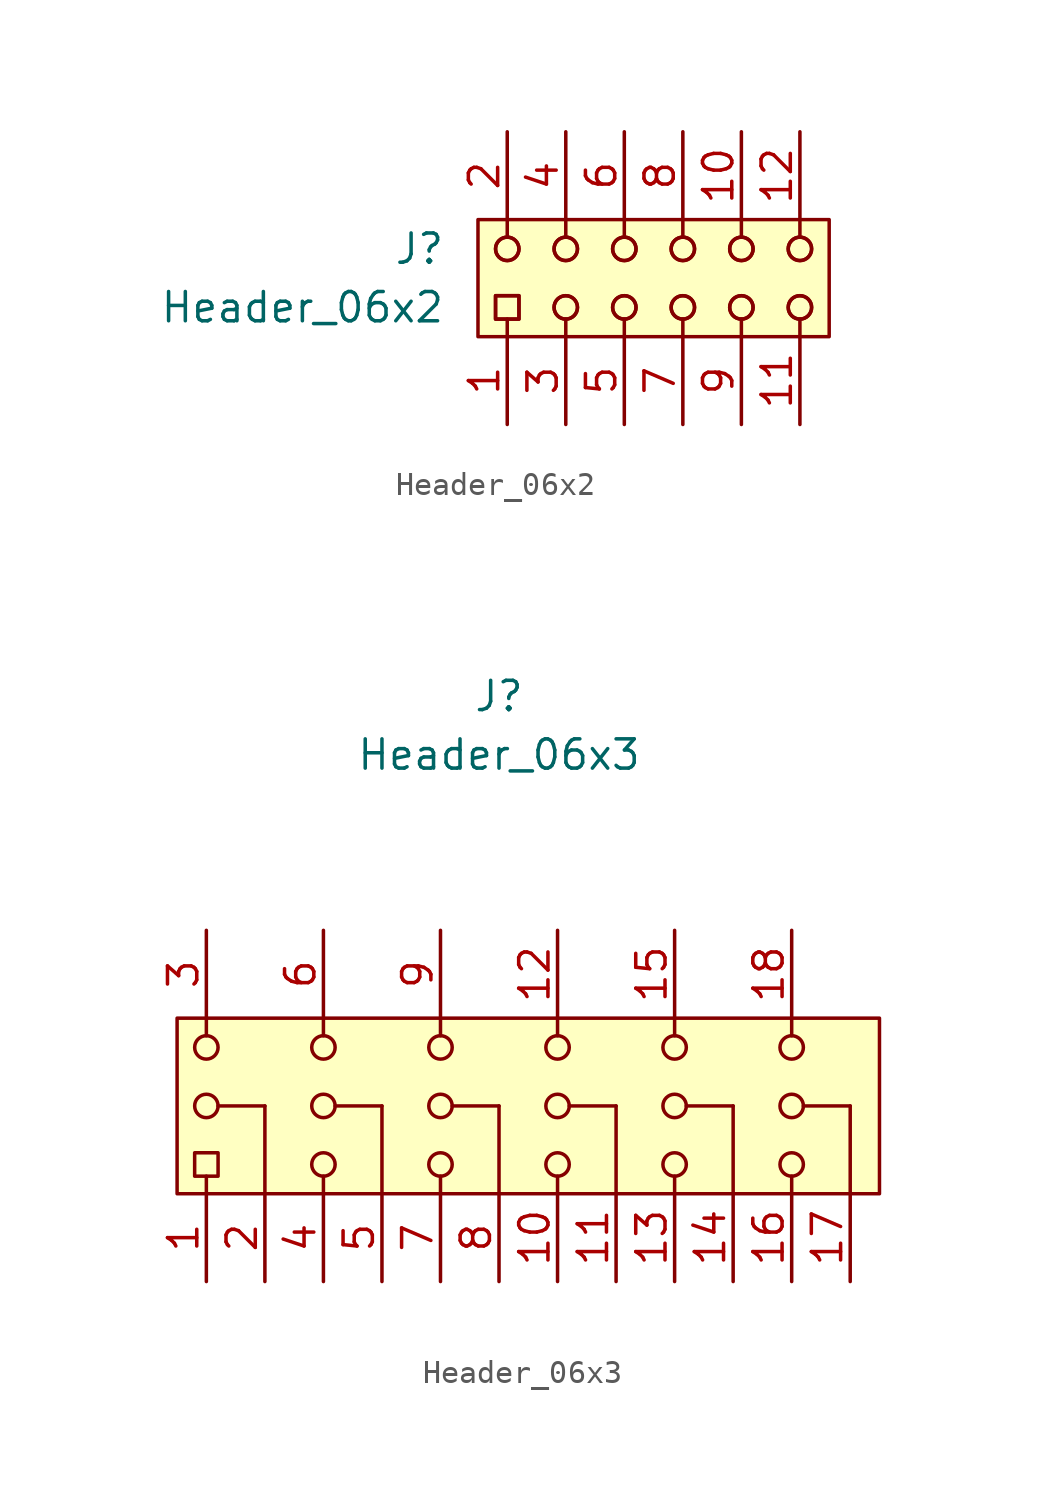
<source format=kicad_sym>
(kicad_symbol_lib
  (version 20220914)
  (generator kicad_symbol_editor)
  (symbol "Header_06x2"
    (pin_names hide)
    (property "Reference" "J"
      (at -8.89 2.54 0)
      (effects (font (size 1.27 1.27))))
    (property "Value" "Header_06x2"
      (at -13.97 0 0)
      (effects (font (size 1.27 1.27))))
    (symbol "Header_06x2_0_0"
      (pin passive line (at -5.08 -5.08 90) (length 3.81) (name "~" (effects (font (size 1.27 1.27)))) (number "1" (effects (font (size 1.27 1.27)))))
      (pin passive line (at 5.08 7.62 270) (length 3.81) (name "~" (effects (font (size 1.27 1.27)))) (number "10" (effects (font (size 1.27 1.27)))))
      (pin passive line (at 7.62 -5.08 90) (length 3.81) (name "~" (effects (font (size 1.27 1.27)))) (number "11" (effects (font (size 1.27 1.27)))))
      (pin passive line (at 7.62 7.62 270) (length 3.81) (name "~" (effects (font (size 1.27 1.27)))) (number "12" (effects (font (size 1.27 1.27)))))
      (pin passive line (at -5.08 7.62 270) (length 3.81) (name "~" (effects (font (size 1.27 1.27)))) (number "2" (effects (font (size 1.27 1.27)))))
      (pin passive line (at -2.54 -5.08 90) (length 3.81) (name "~" (effects (font (size 1.27 1.27)))) (number "3" (effects (font (size 1.27 1.27)))))
      (pin passive line (at -2.54 7.62 270) (length 3.81) (name "~" (effects (font (size 1.27 1.27)))) (number "4" (effects (font (size 1.27 1.27)))))
      (pin passive line (at 0 -5.08 90) (length 3.81) (name "~" (effects (font (size 1.27 1.27)))) (number "5" (effects (font (size 1.27 1.27)))))
      (pin passive line (at 0 7.62 270) (length 3.81) (name "~" (effects (font (size 1.27 1.27)))) (number "6" (effects (font (size 1.27 1.27)))))
      (pin passive line (at 2.54 -5.08 90) (length 3.81) (name "~" (effects (font (size 1.27 1.27)))) (number "7" (effects (font (size 1.27 1.27)))))
      (pin passive line (at 2.54 7.62 270) (length 3.81) (name "~" (effects (font (size 1.27 1.27)))) (number "8" (effects (font (size 1.27 1.27)))))
      (pin passive line (at 5.08 -5.08 90) (length 3.81) (name "~" (effects (font (size 1.27 1.27)))) (number "9" (effects (font (size 1.27 1.27))))))
    (symbol "Header_06x2_0_1"
      (rectangle (start -6.35 3.81) (end 8.89 -1.27) (stroke (width 0.152) (type default)) (fill (type background)))
      (rectangle (start -5.588 0.508) (end -4.572 -0.508) (stroke (width 0) (type default)) (fill (type none)))
      (rectangle (start -5.588 0.508) (end -4.572 -0.508) (stroke (width 0) (type default)) (fill (type none)))
      (circle (center -5.08 2.54) (radius 0.508) (stroke (width 0) (type default)) (fill (type none)))
      (circle (center -5.08 2.54) (radius 0.508) (stroke (width 0) (type default)) (fill (type none)))
      (circle (center -2.54 0) (radius 0.508) (stroke (width 0) (type default)) (fill (type none)))
      (circle (center -2.54 0) (radius 0.508) (stroke (width 0) (type default)) (fill (type none)))
      (circle (center -2.54 2.54) (radius 0.508) (stroke (width 0) (type default)) (fill (type none)))
      (circle (center -2.54 2.54) (radius 0.508) (stroke (width 0) (type default)) (fill (type none)))
      (polyline (pts (xy -5.08 -0.508) (xy -5.08 -1.27)) (stroke (width 0) (type default)) (fill (type none)))
      (polyline (pts (xy -5.08 3.048) (xy -5.08 3.81)) (stroke (width 0) (type default)) (fill (type none)))
      (polyline (pts (xy -2.54 -0.508) (xy -2.54 -1.27)) (stroke (width 0) (type default)) (fill (type none)))
      (polyline (pts (xy -2.54 3.048) (xy -2.54 3.81)) (stroke (width 0) (type default)) (fill (type none)))
      (polyline (pts (xy 0 -0.508) (xy 0 -1.27)) (stroke (width 0) (type default)) (fill (type none)))
      (polyline (pts (xy 0 3.048) (xy 0 3.81)) (stroke (width 0) (type default)) (fill (type none)))
      (polyline (pts (xy 2.54 -0.508) (xy 2.54 -1.27)) (stroke (width 0) (type default)) (fill (type none)))
      (polyline (pts (xy 2.54 3.048) (xy 2.54 3.81)) (stroke (width 0) (type default)) (fill (type none)))
      (polyline (pts (xy 5.08 -0.508) (xy 5.08 -1.27)) (stroke (width 0) (type default)) (fill (type none)))
      (polyline (pts (xy 5.08 3.048) (xy 5.08 3.81)) (stroke (width 0) (type default)) (fill (type none)))
      (polyline (pts (xy 7.62 -0.508) (xy 7.62 -1.27)) (stroke (width 0) (type default)) (fill (type none)))
      (polyline (pts (xy 7.62 3.048) (xy 7.62 3.81)) (stroke (width 0) (type default)) (fill (type none)))
      (circle (center 0 0) (radius 0.508) (stroke (width 0) (type default)) (fill (type none)))
      (circle (center 0 0) (radius 0.508) (stroke (width 0) (type default)) (fill (type none)))
      (circle (center 0 2.54) (radius 0.508) (stroke (width 0) (type default)) (fill (type none)))
      (circle (center 0 2.54) (radius 0.508) (stroke (width 0) (type default)) (fill (type none)))
      (circle (center 2.54 0) (radius 0.508) (stroke (width 0) (type default)) (fill (type none)))
      (circle (center 2.54 0) (radius 0.508) (stroke (width 0) (type default)) (fill (type none)))
      (circle (center 2.54 2.54) (radius 0.508) (stroke (width 0) (type default)) (fill (type none)))
      (circle (center 2.54 2.54) (radius 0.508) (stroke (width 0) (type default)) (fill (type none)))
      (circle (center 5.08 0) (radius 0.508) (stroke (width 0) (type default)) (fill (type none)))
      (circle (center 5.08 0) (radius 0.508) (stroke (width 0) (type default)) (fill (type none)))
      (circle (center 5.08 2.54) (radius 0.508) (stroke (width 0) (type default)) (fill (type none)))
      (circle (center 5.08 2.54) (radius 0.508) (stroke (width 0) (type default)) (fill (type none)))
      (circle (center 7.62 0) (radius 0.508) (stroke (width 0) (type default)) (fill (type none)))
      (circle (center 7.62 0) (radius 0.508) (stroke (width 0) (type default)) (fill (type none)))
      (circle (center 7.62 2.54) (radius 0.508) (stroke (width 0) (type default)) (fill (type none)))
      (circle (center 7.62 2.54) (radius 0.508) (stroke (width 0) (type default)) (fill (type none)))))
  (symbol "Header_06x3"
    (pin_names hide)
    (property "Reference" "J"
      (at 0 17.78 0)
      (effects (font (size 1.27 1.27))))
    (property "Value" "Header_06x3"
      (at 0 15.24 0)
      (effects (font (size 1.27 1.27))))
    (symbol "Header_06x3_0_0"
      (pin passive line (at -12.7 -7.62 90) (length 3.81) (name "~" (effects (font (size 1.27 1.27)))) (number "1" (effects (font (size 1.27 1.27)))))
      (pin passive line (at 2.54 -7.62 90) (length 3.81) (name "~" (effects (font (size 1.27 1.27)))) (number "10" (effects (font (size 1.27 1.27)))))
      (pin passive line (at 5.08 -7.62 90) (length 3.81) (name "~" (effects (font (size 1.27 1.27)))) (number "11" (effects (font (size 1.27 1.27)))))
      (pin passive line (at 2.54 7.62 270) (length 3.81) (name "~" (effects (font (size 1.27 1.27)))) (number "12" (effects (font (size 1.27 1.27)))))
      (pin passive line (at 7.62 -7.62 90) (length 3.81) (name "~" (effects (font (size 1.27 1.27)))) (number "13" (effects (font (size 1.27 1.27)))))
      (pin passive line (at 10.16 -7.62 90) (length 3.81) (name "~" (effects (font (size 1.27 1.27)))) (number "14" (effects (font (size 1.27 1.27)))))
      (pin passive line (at 7.62 7.62 270) (length 3.81) (name "~" (effects (font (size 1.27 1.27)))) (number "15" (effects (font (size 1.27 1.27)))))
      (pin passive line (at 12.7 -7.62 90) (length 3.81) (name "~" (effects (font (size 1.27 1.27)))) (number "16" (effects (font (size 1.27 1.27)))))
      (pin passive line (at 15.24 -7.62 90) (length 3.81) (name "~" (effects (font (size 1.27 1.27)))) (number "17" (effects (font (size 1.27 1.27)))))
      (pin passive line (at 12.7 7.62 270) (length 3.81) (name "~" (effects (font (size 1.27 1.27)))) (number "18" (effects (font (size 1.27 1.27)))))
      (pin passive line (at -10.16 -7.62 90) (length 3.81) (name "~" (effects (font (size 1.27 1.27)))) (number "2" (effects (font (size 1.27 1.27)))))
      (pin passive line (at -12.7 7.62 270) (length 3.81) (name "~" (effects (font (size 1.27 1.27)))) (number "3" (effects (font (size 1.27 1.27)))))
      (pin passive line (at -7.62 -7.62 90) (length 3.81) (name "~" (effects (font (size 1.27 1.27)))) (number "4" (effects (font (size 1.27 1.27)))))
      (pin passive line (at -5.08 -7.62 90) (length 3.81) (name "~" (effects (font (size 1.27 1.27)))) (number "5" (effects (font (size 1.27 1.27)))))
      (pin passive line (at -7.62 7.62 270) (length 3.81) (name "~" (effects (font (size 1.27 1.27)))) (number "6" (effects (font (size 1.27 1.27)))))
      (pin passive line (at -2.54 -7.62 90) (length 3.81) (name "~" (effects (font (size 1.27 1.27)))) (number "7" (effects (font (size 1.27 1.27)))))
      (pin passive line (at 0 -7.62 90) (length 3.81) (name "~" (effects (font (size 1.27 1.27)))) (number "8" (effects (font (size 1.27 1.27)))))
      (pin passive line (at -2.54 7.62 270) (length 3.81) (name "~" (effects (font (size 1.27 1.27)))) (number "9" (effects (font (size 1.27 1.27))))))
    (symbol "Header_06x3_0_1"
      (rectangle (start -13.97 3.81) (end 16.51 -3.81) (stroke (width 0.152) (type default)) (fill (type background)))
      (rectangle (start -13.208 -2.032) (end -12.192 -3.048) (stroke (width 0) (type default)) (fill (type none)))
      (circle (center -12.7 0) (radius 0.508) (stroke (width 0) (type default)) (fill (type none)))
      (circle (center -12.7 2.54) (radius 0.508) (stroke (width 0) (type default)) (fill (type none)))
      (circle (center -7.62 -2.54) (radius 0.508) (stroke (width 0) (type default)) (fill (type none)))
      (circle (center -7.62 0) (radius 0.508) (stroke (width 0) (type default)) (fill (type none)))
      (circle (center -7.62 2.54) (radius 0.508) (stroke (width 0) (type default)) (fill (type none)))
      (circle (center -2.54 -2.54) (radius 0.508) (stroke (width 0) (type default)) (fill (type none)))
      (circle (center -2.54 0) (radius 0.508) (stroke (width 0) (type default)) (fill (type none)))
      (circle (center -2.54 2.54) (radius 0.508) (stroke (width 0) (type default)) (fill (type none)))
      (polyline (pts (xy -12.7 -3.048) (xy -12.7 -3.81)) (stroke (width 0) (type default)) (fill (type none)))
      (polyline (pts (xy -12.7 3.048) (xy -12.7 3.81)) (stroke (width 0) (type default)) (fill (type none)))
      (polyline (pts (xy -10.16 0) (xy -12.192 0)) (stroke (width 0.152) (type default)) (fill (type none)))
      (polyline (pts (xy -10.16 0) (xy -10.16 -3.81)) (stroke (width 0) (type default)) (fill (type none)))
      (polyline (pts (xy -7.62 -3.048) (xy -7.62 -3.81)) (stroke (width 0) (type default)) (fill (type none)))
      (polyline (pts (xy -7.62 3.048) (xy -7.62 3.81)) (stroke (width 0) (type default)) (fill (type none)))
      (polyline (pts (xy -5.08 0) (xy -7.112 0)) (stroke (width 0.152) (type default)) (fill (type none)))
      (polyline (pts (xy -5.08 0) (xy -5.08 -3.81)) (stroke (width 0) (type default)) (fill (type none)))
      (polyline (pts (xy -2.54 -3.048) (xy -2.54 -3.81)) (stroke (width 0) (type default)) (fill (type none)))
      (polyline (pts (xy -2.54 3.048) (xy -2.54 3.81)) (stroke (width 0) (type default)) (fill (type none)))
      (polyline (pts (xy 0 0) (xy -2.032 0)) (stroke (width 0.152) (type default)) (fill (type none)))
      (polyline (pts (xy 0 0) (xy 0 -3.81)) (stroke (width 0) (type default)) (fill (type none)))
      (polyline (pts (xy 2.54 -3.048) (xy 2.54 -3.81)) (stroke (width 0) (type default)) (fill (type none)))
      (polyline (pts (xy 2.54 3.048) (xy 2.54 3.81)) (stroke (width 0) (type default)) (fill (type none)))
      (polyline (pts (xy 5.08 0) (xy 3.048 0)) (stroke (width 0.152) (type default)) (fill (type none)))
      (polyline (pts (xy 5.08 0) (xy 5.08 -3.81)) (stroke (width 0) (type default)) (fill (type none)))
      (polyline (pts (xy 7.62 -3.048) (xy 7.62 -3.81)) (stroke (width 0) (type default)) (fill (type none)))
      (polyline (pts (xy 7.62 3.048) (xy 7.62 3.81)) (stroke (width 0) (type default)) (fill (type none)))
      (polyline (pts (xy 10.16 0) (xy 8.128 0)) (stroke (width 0.152) (type default)) (fill (type none)))
      (polyline (pts (xy 10.16 0) (xy 10.16 -3.81)) (stroke (width 0) (type default)) (fill (type none)))
      (polyline (pts (xy 12.7 -3.048) (xy 12.7 -3.81)) (stroke (width 0) (type default)) (fill (type none)))
      (polyline (pts (xy 12.7 3.048) (xy 12.7 3.81)) (stroke (width 0) (type default)) (fill (type none)))
      (polyline (pts (xy 15.24 0) (xy 13.208 0)) (stroke (width 0.152) (type default)) (fill (type none)))
      (polyline (pts (xy 15.24 0) (xy 15.24 -3.81)) (stroke (width 0) (type default)) (fill (type none)))
      (circle (center 2.54 -2.54) (radius 0.508) (stroke (width 0) (type default)) (fill (type none)))
      (circle (center 2.54 0) (radius 0.508) (stroke (width 0) (type default)) (fill (type none)))
      (circle (center 2.54 2.54) (radius 0.508) (stroke (width 0) (type default)) (fill (type none)))
      (circle (center 7.62 -2.54) (radius 0.508) (stroke (width 0) (type default)) (fill (type none)))
      (circle (center 7.62 0) (radius 0.508) (stroke (width 0) (type default)) (fill (type none)))
      (circle (center 7.62 2.54) (radius 0.508) (stroke (width 0) (type default)) (fill (type none)))
      (circle (center 12.7 -2.54) (radius 0.508) (stroke (width 0) (type default)) (fill (type none)))
      (circle (center 12.7 0) (radius 0.508) (stroke (width 0) (type default)) (fill (type none)))
      (circle (center 12.7 2.54) (radius 0.508) (stroke (width 0) (type default)) (fill (type none))))))
</source>
